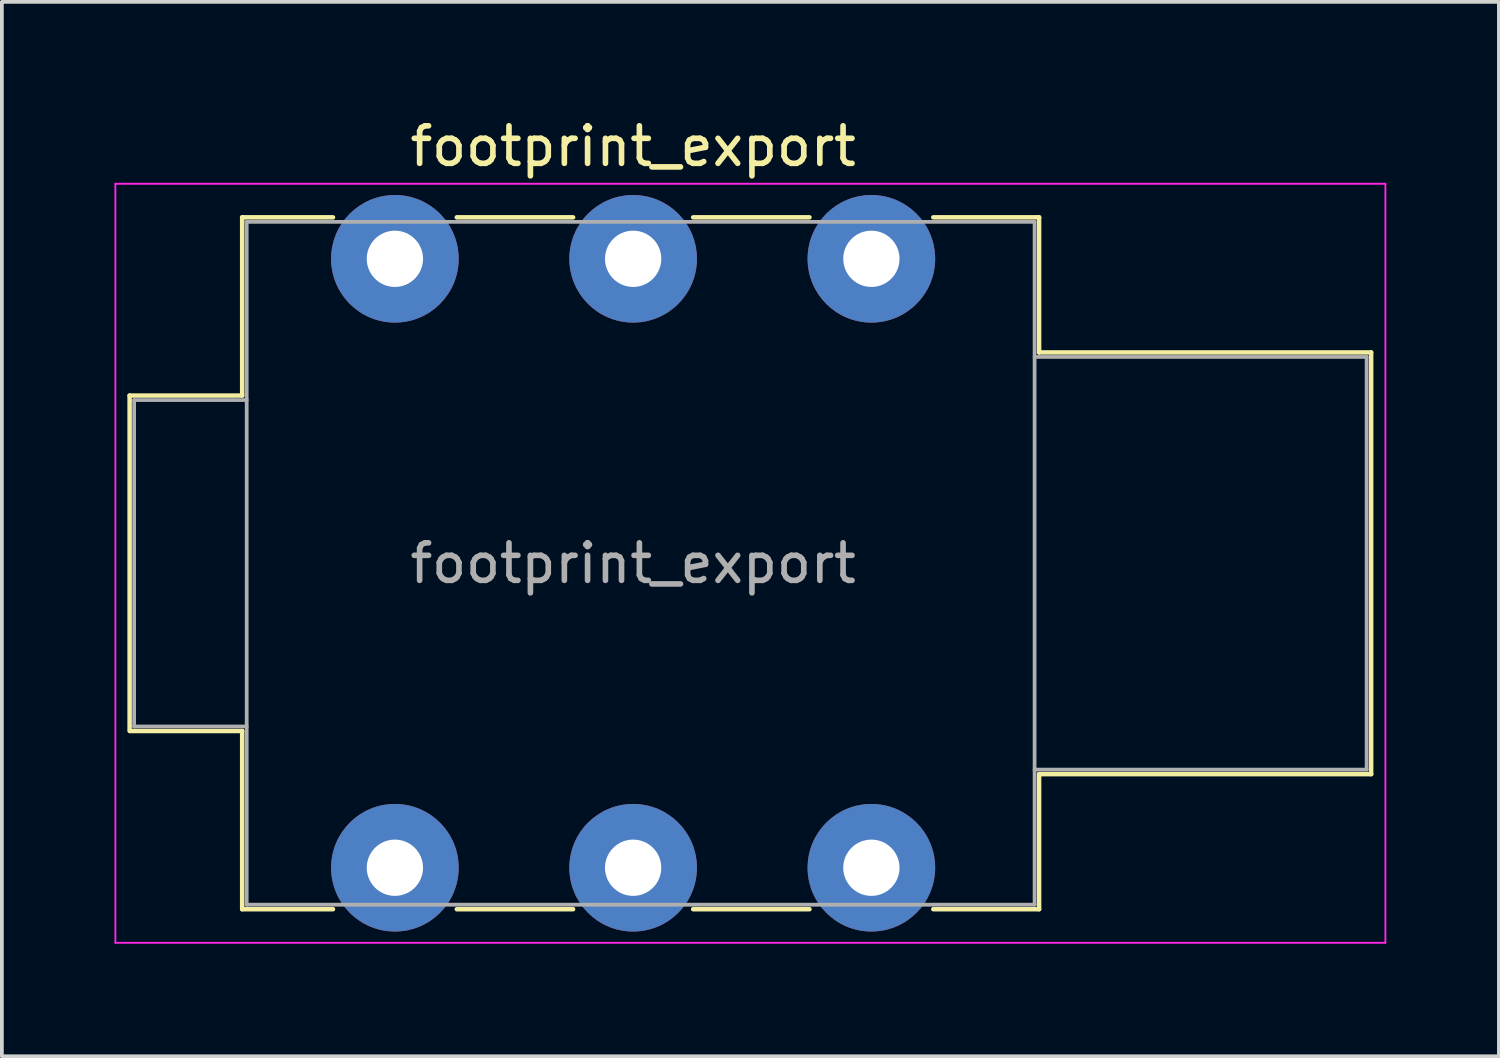
<source format=kicad_pcb>
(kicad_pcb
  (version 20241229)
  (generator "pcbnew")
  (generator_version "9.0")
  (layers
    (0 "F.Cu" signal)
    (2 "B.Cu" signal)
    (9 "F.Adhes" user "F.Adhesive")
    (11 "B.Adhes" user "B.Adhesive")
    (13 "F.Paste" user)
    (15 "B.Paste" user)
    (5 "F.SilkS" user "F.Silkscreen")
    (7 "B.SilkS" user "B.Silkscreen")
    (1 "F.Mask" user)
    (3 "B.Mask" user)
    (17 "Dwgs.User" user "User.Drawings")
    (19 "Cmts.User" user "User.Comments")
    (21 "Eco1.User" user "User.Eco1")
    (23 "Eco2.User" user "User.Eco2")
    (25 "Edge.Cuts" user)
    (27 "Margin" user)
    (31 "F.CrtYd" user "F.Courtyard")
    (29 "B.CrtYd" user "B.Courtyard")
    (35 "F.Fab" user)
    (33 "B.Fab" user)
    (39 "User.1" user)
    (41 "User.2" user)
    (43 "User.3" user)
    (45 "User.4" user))
  (footprint "footprint_export"
    (layer "F.Cu")
    (at 7.475 3.848)
    (property "Reference" "footprint_export" (at 6.35 -3 0) (layer "F.SilkS") (effects (font (size 1 1) (thickness 0.15))))
    (attr through_hole)
    (fp_line (start -7.07 3.645) (end -4.07 3.645) (stroke (width 0.12) (type solid)) (layer "F.SilkS"))
    (fp_line (start -7.07 12.545) (end -7.07 3.645) (stroke (width 0.12) (type solid)) (layer "F.SilkS"))
    (fp_line (start -7.07 12.585) (end -4.07 12.585) (stroke (width 0.12) (type solid)) (layer "F.SilkS"))
    (fp_line (start -4.07 -1.105) (end -1.65 -1.105) (stroke (width 0.12) (type solid)) (layer "F.SilkS"))
    (fp_line (start -4.07 3.645) (end -4.07 -1.105) (stroke (width 0.12) (type solid)) (layer "F.SilkS"))
    (fp_line (start -4.07 17.335) (end -4.07 12.585) (stroke (width 0.12) (type solid)) (layer "F.SilkS"))
    (fp_line (start -1.65 17.335) (end -4.07 17.335) (stroke (width 0.12) (type solid)) (layer "F.SilkS"))
    (fp_line (start 1.65 -1.105) (end 4.75 -1.105) (stroke (width 0.12) (type solid)) (layer "F.SilkS"))
    (fp_line (start 4.75 17.335) (end 1.65 17.335) (stroke (width 0.12) (type solid)) (layer "F.SilkS"))
    (fp_line (start 7.95 -1.105) (end 11.05 -1.105) (stroke (width 0.12) (type solid)) (layer "F.SilkS"))
    (fp_line (start 11.05 17.335) (end 7.95 17.335) (stroke (width 0.12) (type solid)) (layer "F.SilkS"))
    (fp_line (start 17.17 -1.105) (end 14.35 -1.105) (stroke (width 0.12) (type solid)) (layer "F.SilkS"))
    (fp_line (start 17.17 2.495) (end 17.17 -1.105) (stroke (width 0.12) (type solid)) (layer "F.SilkS"))
    (fp_line (start 17.17 2.495) (end 26.02 2.495) (stroke (width 0.12) (type solid)) (layer "F.SilkS"))
    (fp_line (start 17.17 13.735) (end 26.02 13.735) (stroke (width 0.12) (type solid)) (layer "F.SilkS"))
    (fp_line (start 17.17 17.335) (end 14.35 17.335) (stroke (width 0.12) (type solid)) (layer "F.SilkS"))
    (fp_line (start 17.17 17.335) (end 17.17 13.735) (stroke (width 0.12) (type solid)) (layer "F.SilkS"))
    (fp_line (start 26.02 13.735) (end 26.02 2.495) (stroke (width 0.12) (type solid)) (layer "F.SilkS"))
    (fp_line (start -7.45 18.23) (end -7.45 -2) (stroke (width 0.05) (type solid)) (layer "F.CrtYd"))
    (fp_line (start -7.45 18.23) (end 26.4 18.23) (stroke (width 0.05) (type solid)) (layer "F.CrtYd"))
    (fp_line (start 26.4 -2) (end -7.45 -2) (stroke (width 0.05) (type solid)) (layer "F.CrtYd"))
    (fp_line (start 26.4 18.23) (end 26.4 -2) (stroke (width 0.05) (type solid)) (layer "F.CrtYd"))
    (fp_line (start -6.95 3.765) (end -3.95 3.765) (stroke (width 0.1) (type solid)) (layer "F.Fab"))
    (fp_line (start -6.95 12.465) (end -6.95 3.765) (stroke (width 0.1) (type solid)) (layer "F.Fab"))
    (fp_line (start -6.95 12.465) (end -3.95 12.465) (stroke (width 0.1) (type solid)) (layer "F.Fab"))
    (fp_line (start -3.95 17.215) (end -3.95 -0.985) (stroke (width 0.1) (type solid)) (layer "F.Fab"))
    (fp_line (start 17.05 -0.985) (end -3.95 -0.985) (stroke (width 0.1) (type solid)) (layer "F.Fab"))
    (fp_line (start 17.05 17.215) (end -3.95 17.215) (stroke (width 0.1) (type solid)) (layer "F.Fab"))
    (fp_line (start 17.05 17.215) (end 17.05 -0.985) (stroke (width 0.1) (type solid)) (layer "F.Fab"))
    (fp_line (start 25.9 2.615) (end 17.05 2.615) (stroke (width 0.1) (type solid)) (layer "F.Fab"))
    (fp_line (start 25.9 13.615) (end 17.05 13.615) (stroke (width 0.1) (type solid)) (layer "F.Fab"))
    (fp_line (start 25.9 13.615) (end 25.9 2.615) (stroke (width 0.1) (type solid)) (layer "F.Fab"))
    (fp_text user "${REFERENCE}" (at 6.35 8.115 0) (layer "F.Fab") (effects (font (size 1 1) (thickness 0.15))))
    (pad "R" thru_hole circle (at 6.35 0) (size 3.4 3.4) (drill 1.5) (layers "*.Cu" "*.Mask"))
    (pad "RN" thru_hole circle (at 6.35 16.23) (size 3.4 3.4) (drill 1.5) (layers "*.Cu" "*.Mask"))
    (pad "S" thru_hole circle (at 12.7 0) (size 3.4 3.4) (drill 1.5) (layers "*.Cu" "*.Mask"))
    (pad "SN" thru_hole circle (at 12.7 16.23) (size 3.4 3.4) (drill 1.5) (layers "*.Cu" "*.Mask"))
    (pad "T" thru_hole circle (at 0 0) (size 3.4 3.4) (drill 1.5) (layers "*.Cu" "*.Mask"))
    (pad "TN" thru_hole circle (at 0 16.23) (size 3.4 3.4) (drill 1.5) (layers "*.Cu" "*.Mask")))
  (gr_rect
    (start -3 -3)
    (end 36.9 25.103)
    (stroke (width 0.1) (type default))
    (fill no)
    (layer "Edge.Cuts")))
</source>
